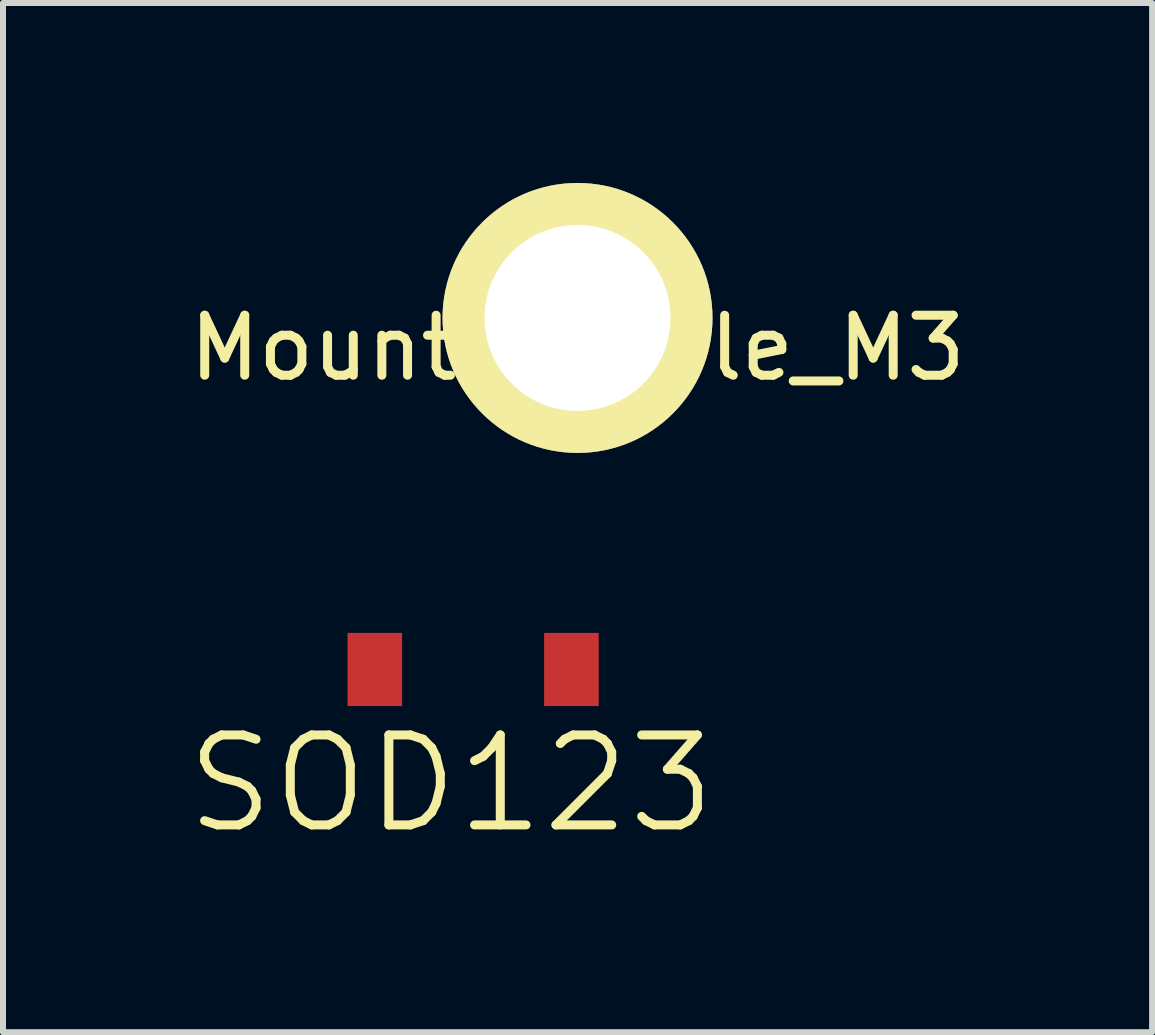
<source format=kicad_pcb>
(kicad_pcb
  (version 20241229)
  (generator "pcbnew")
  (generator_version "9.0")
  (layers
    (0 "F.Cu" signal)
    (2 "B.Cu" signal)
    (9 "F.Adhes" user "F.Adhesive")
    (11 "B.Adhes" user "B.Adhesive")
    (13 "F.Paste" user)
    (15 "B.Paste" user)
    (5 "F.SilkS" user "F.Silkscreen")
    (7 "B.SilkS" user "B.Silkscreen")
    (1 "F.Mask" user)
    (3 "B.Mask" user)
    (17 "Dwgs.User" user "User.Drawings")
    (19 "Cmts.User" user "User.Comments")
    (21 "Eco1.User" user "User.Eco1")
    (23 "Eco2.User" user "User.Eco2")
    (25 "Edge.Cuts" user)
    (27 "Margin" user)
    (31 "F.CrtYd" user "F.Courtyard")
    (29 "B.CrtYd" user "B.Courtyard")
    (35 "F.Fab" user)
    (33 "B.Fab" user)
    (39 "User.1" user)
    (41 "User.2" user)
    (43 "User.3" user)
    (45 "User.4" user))
  (footprint "SOD123"
    (layer "F.Cu")
    (at 3.198 8.11)
    (property "Reference" "SOD123" (at 1.27 1.905 0) (layer "F.SilkS") (effects (font (size 1.5 1.5) (thickness 0.15))))
    (attr through_hole)
    (pad "1" smd rect (at 0 0) (size 0.91 1.22) (layers "F.Cu" "F.Mask" "F.Paste"))
    (pad "2" smd rect (at 3.277 0) (size 0.91 1.22) (layers "F.Cu" "F.Mask" "F.Paste")))
  (footprint "MountingHole_M3"
    (layer "F.Cu")
    (at 6.577 2.25)
    (property "Reference" "MountingHole_M3" (at 0 0.5 0) (layer "F.SilkS") (effects (font (size 1 1) (thickness 0.15))))
    (attr through_hole)
    (pad "1" thru_hole circle (at 0 0) (size 4.5 4.5) (drill 3.1) (layers "*.Cu" "*.Mask" "F.SilkS")))
  (gr_rect
    (start -3 -3)
    (end 16.155 14.156)
    (stroke (width 0.1) (type default))
    (fill no)
    (layer "Edge.Cuts")))
</source>
